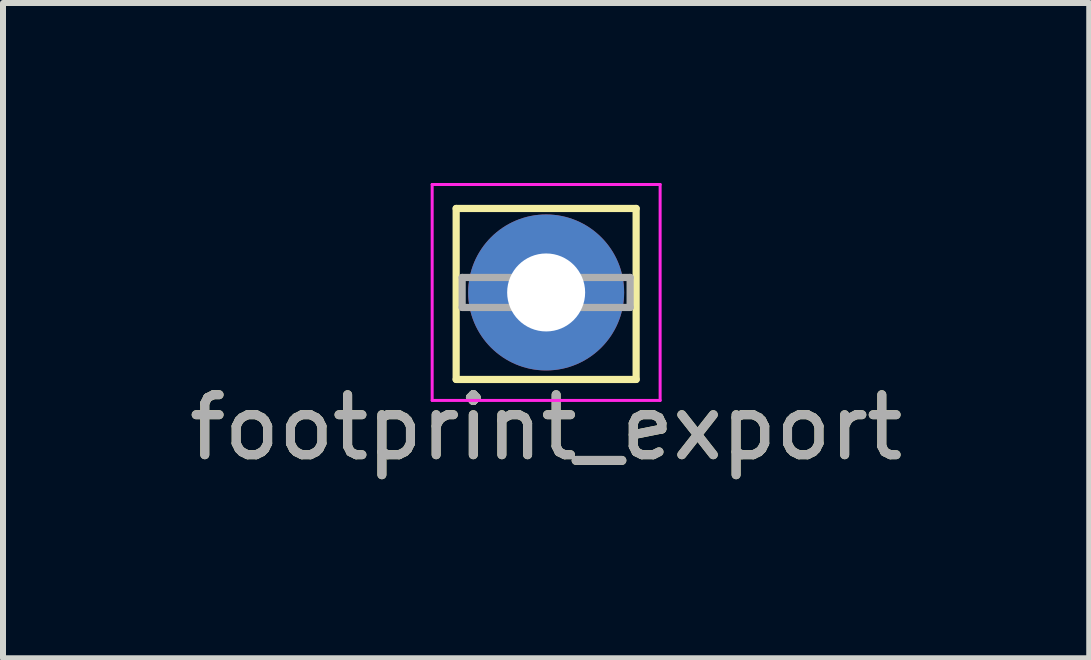
<source format=kicad_pcb>
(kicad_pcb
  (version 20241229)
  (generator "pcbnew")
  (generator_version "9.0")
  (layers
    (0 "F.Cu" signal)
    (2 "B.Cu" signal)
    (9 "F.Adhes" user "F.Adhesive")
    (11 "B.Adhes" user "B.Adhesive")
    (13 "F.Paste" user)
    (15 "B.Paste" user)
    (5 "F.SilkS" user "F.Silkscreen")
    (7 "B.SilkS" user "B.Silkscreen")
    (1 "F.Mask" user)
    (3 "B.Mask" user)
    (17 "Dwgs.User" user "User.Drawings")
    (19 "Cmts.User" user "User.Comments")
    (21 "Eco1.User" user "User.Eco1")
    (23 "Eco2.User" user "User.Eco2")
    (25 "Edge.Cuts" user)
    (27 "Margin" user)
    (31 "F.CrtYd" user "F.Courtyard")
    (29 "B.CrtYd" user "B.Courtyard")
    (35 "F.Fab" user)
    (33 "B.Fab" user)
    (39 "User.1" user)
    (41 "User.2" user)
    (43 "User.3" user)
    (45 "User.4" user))
  (footprint "footprint_export"
    (layer "F.Cu")
    (at 6.054 1.825)
    (property "Reference" "footprint_export" (at 0 2.25 0) (layer "F.SilkS") (effects (font (size 1 1) (thickness 0.15))))
    (attr through_hole)
    (fp_line (start -1.5 -1.4) (end -1.5 1.45) (stroke (width 0.12) (type solid)) (layer "F.SilkS"))
    (fp_line (start -1.5 -1.4) (end 1.5 -1.4) (stroke (width 0.12) (type solid)) (layer "F.SilkS"))
    (fp_line (start -1.5 1.45) (end 1.5 1.45) (stroke (width 0.12) (type solid)) (layer "F.SilkS"))
    (fp_line (start 1.5 -1.4) (end 1.5 1.45) (stroke (width 0.12) (type solid)) (layer "F.SilkS"))
    (fp_line (start -1.9 -1.8) (end -1.9 1.8) (stroke (width 0.05) (type solid)) (layer "F.CrtYd"))
    (fp_line (start -1.9 -1.8) (end 1.9 -1.8) (stroke (width 0.05) (type solid)) (layer "F.CrtYd"))
    (fp_line (start 1.9 1.8) (end -1.9 1.8) (stroke (width 0.05) (type solid)) (layer "F.CrtYd"))
    (fp_line (start 1.9 1.8) (end 1.9 -1.8) (stroke (width 0.05) (type solid)) (layer "F.CrtYd"))
    (fp_line (start -1.4 -0.25) (end 1.4 -0.25) (stroke (width 0.12) (type solid)) (layer "F.Fab"))
    (fp_line (start -1.4 0.25) (end -1.4 -0.25) (stroke (width 0.12) (type solid)) (layer "F.Fab"))
    (fp_line (start 1.4 -0.25) (end 1.4 0.25) (stroke (width 0.12) (type solid)) (layer "F.Fab"))
    (fp_line (start 1.4 0.25) (end -1.4 0.25) (stroke (width 0.12) (type solid)) (layer "F.Fab"))
    (fp_text user "${REFERENCE}" (at 0 2.25 0) (layer "F.Fab") (effects (font (size 1 1) (thickness 0.15))))
    (pad "1" thru_hole circle (at 0 0) (size 2.6 2.6) (drill 1.3) (layers "*.Cu" "*.Mask")))
  (gr_rect
    (start -3 -3)
    (end 15.107 7.923)
    (stroke (width 0.1) (type default))
    (fill no)
    (layer "Edge.Cuts")))
</source>
